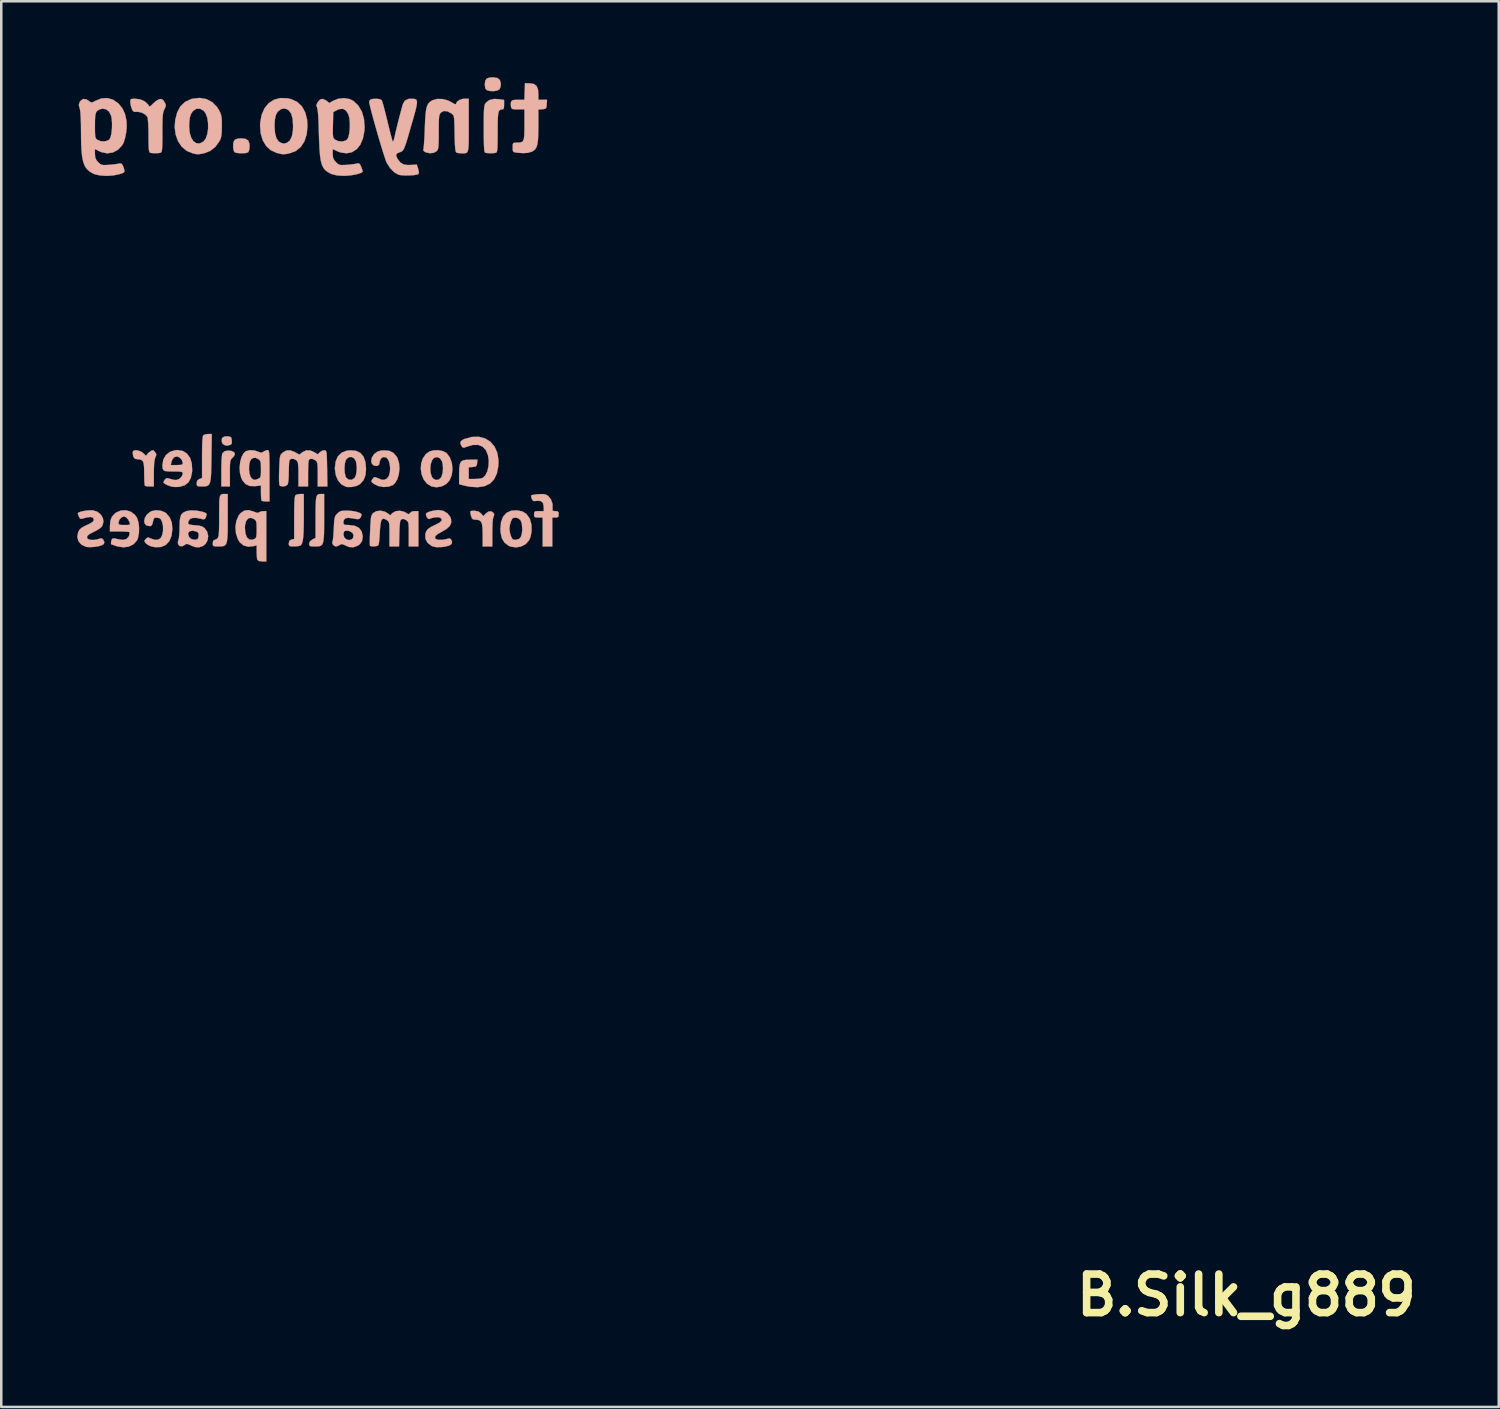
<source format=kicad_pcb>
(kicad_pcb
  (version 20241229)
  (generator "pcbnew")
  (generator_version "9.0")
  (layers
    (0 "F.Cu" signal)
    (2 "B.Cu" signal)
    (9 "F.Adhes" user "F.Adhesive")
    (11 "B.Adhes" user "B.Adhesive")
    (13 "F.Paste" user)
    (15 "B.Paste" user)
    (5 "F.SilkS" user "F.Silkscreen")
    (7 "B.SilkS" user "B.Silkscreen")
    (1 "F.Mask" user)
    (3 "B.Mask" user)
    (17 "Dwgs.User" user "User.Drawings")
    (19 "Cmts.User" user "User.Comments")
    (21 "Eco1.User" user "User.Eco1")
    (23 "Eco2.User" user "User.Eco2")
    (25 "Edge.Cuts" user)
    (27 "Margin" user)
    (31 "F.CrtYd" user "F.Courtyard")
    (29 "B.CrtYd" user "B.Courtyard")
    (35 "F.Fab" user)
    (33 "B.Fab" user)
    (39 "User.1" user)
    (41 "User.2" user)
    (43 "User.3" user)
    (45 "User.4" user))
  (footprint "B.Silk_g889"
    (layer "F.Cu")
    (at 46.21 48.138)
    (property "Reference" "B.Silk_g889" (at 0 0 0) (layer "F.SilkS") (effects (font (size 1.524 1.524) (thickness 0.3))))
    (attr through_hole)
    (fp_poly (pts (xy -40.161 -33.927) (xy -40.115 -33.883) (xy -40.099 -33.783) (xy -40.098 -33.777) (xy -40.098 -33.671) (xy -40.131 -33.618) (xy -40.183 -33.598) (xy -40.266 -33.579) (xy -40.301 -33.576) (xy -40.356 -33.589) (xy -40.397 -33.6) (xy -40.467 -33.656) (xy -40.5 -33.754) (xy -40.489 -33.856) (xy -40.468 -33.891) (xy -40.376 -33.938) (xy -40.263 -33.943) (xy -40.161 -33.927)) (stroke (width 0.01) (type solid)) (fill yes) (layer "B.SilkS"))
    (fp_poly (pts (xy -39.55 -45.7) (xy -39.447 -45.632) (xy -39.401 -45.508) (xy -39.395 -45.402) (xy -39.411 -45.261) (xy -39.447 -45.176) (xy -39.459 -45.166) (xy -39.545 -45.14) (xy -39.676 -45.129) (xy -39.817 -45.133) (xy -39.936 -45.151) (xy -39.997 -45.178) (xy -40.027 -45.248) (xy -40.045 -45.368) (xy -40.047 -45.431) (xy -40.032 -45.579) (xy -39.976 -45.668) (xy -39.866 -45.711) (xy -39.72 -45.72) (xy -39.55 -45.7)) (stroke (width 0.01) (type solid)) (fill yes) (layer "B.SilkS"))
    (fp_poly (pts (xy -29.603 -48.107) (xy -29.504 -48.026) (xy -29.465 -47.888) (xy -29.464 -47.858) (xy -29.483 -47.739) (xy -29.529 -47.65) (xy -29.531 -47.649) (xy -29.621 -47.605) (xy -29.756 -47.586) (xy -29.9 -47.591) (xy -30.017 -47.624) (xy -30.025 -47.628) (xy -30.078 -47.694) (xy -30.098 -47.818) (xy -30.099 -47.858) (xy -30.082 -47.999) (xy -30.024 -48.084) (xy -29.908 -48.124) (xy -29.766 -48.133) (xy -29.603 -48.107)) (stroke (width 0.01) (type solid)) (fill yes) (layer "B.SilkS"))
    (fp_poly (pts (xy -40.109 -33.365) (xy -40.002 -33.311) (xy -39.975 -33.232) (xy -40.029 -33.135) (xy -40.066 -33.099) (xy -40.111 -33.056) (xy -40.142 -33.009) (xy -40.16 -32.942) (xy -40.17 -32.839) (xy -40.174 -32.682) (xy -40.174 -32.483) (xy -40.174 -31.962) (xy -40.513 -31.962) (xy -40.513 -32.578) (xy -40.51 -32.804) (xy -40.503 -33.003) (xy -40.491 -33.16) (xy -40.477 -33.255) (xy -40.472 -33.272) (xy -40.384 -33.352) (xy -40.247 -33.382) (xy -40.109 -33.365)) (stroke (width 0.01) (type solid)) (fill yes) (layer "B.SilkS"))
    (fp_poly (pts (xy -36.449 -30.722) (xy -36.45 -30.384) (xy -36.453 -30.121) (xy -36.463 -29.924) (xy -36.483 -29.783) (xy -36.514 -29.688) (xy -36.561 -29.632) (xy -36.626 -29.603) (xy -36.713 -29.592) (xy -36.811 -29.591) (xy -36.944 -29.594) (xy -37.012 -29.609) (xy -37.038 -29.645) (xy -37.042 -29.696) (xy -37.009 -29.795) (xy -36.915 -29.866) (xy -36.788 -29.932) (xy -36.788 -30.748) (xy -36.787 -31.049) (xy -36.782 -31.276) (xy -36.772 -31.439) (xy -36.753 -31.549) (xy -36.724 -31.616) (xy -36.681 -31.651) (xy -36.621 -31.664) (xy -36.568 -31.665) (xy -36.449 -31.665) (xy -36.449 -30.722)) (stroke (width 0.01) (type solid)) (fill yes) (layer "B.SilkS"))
    (fp_poly (pts (xy -40.902 -33.088) (xy -40.908 -32.75) (xy -40.915 -32.488) (xy -40.929 -32.292) (xy -40.951 -32.151) (xy -40.986 -32.058) (xy -41.035 -32.001) (xy -41.103 -31.973) (xy -41.193 -31.963) (xy -41.282 -31.962) (xy -41.404 -31.965) (xy -41.465 -31.983) (xy -41.485 -32.03) (xy -41.487 -32.09) (xy -41.467 -32.195) (xy -41.393 -32.253) (xy -41.381 -32.258) (xy -41.275 -32.298) (xy -41.275 -33.116) (xy -41.273 -33.436) (xy -41.267 -33.678) (xy -41.256 -33.846) (xy -41.241 -33.948) (xy -41.224 -33.985) (xy -41.149 -34.02) (xy -41.037 -34.036) (xy -41.031 -34.036) (xy -40.889 -34.036) (xy -40.902 -33.088)) (stroke (width 0.01) (type solid)) (fill yes) (layer "B.SilkS"))
    (fp_poly (pts (xy -37.253 -30.779) (xy -37.255 -30.436) (xy -37.262 -30.168) (xy -37.275 -29.965) (xy -37.294 -29.818) (xy -37.322 -29.718) (xy -37.36 -29.653) (xy -37.394 -29.624) (xy -37.464 -29.605) (xy -37.583 -29.593) (xy -37.645 -29.592) (xy -37.766 -29.595) (xy -37.825 -29.613) (xy -37.844 -29.661) (xy -37.846 -29.713) (xy -37.828 -29.81) (xy -37.759 -29.857) (xy -37.74 -29.862) (xy -37.634 -29.889) (xy -37.634 -30.726) (xy -37.632 -31.05) (xy -37.627 -31.294) (xy -37.616 -31.467) (xy -37.601 -31.572) (xy -37.584 -31.615) (xy -37.508 -31.65) (xy -37.396 -31.665) (xy -37.393 -31.665) (xy -37.253 -31.665) (xy -37.253 -30.779)) (stroke (width 0.01) (type solid)) (fill yes) (layer "B.SilkS"))
    (fp_poly (pts (xy -30.49 -31) (xy -30.338 -30.967) (xy -30.245 -30.892) (xy -30.156 -30.789) (xy -30.067 -30.888) (xy -29.955 -30.971) (xy -29.844 -30.979) (xy -29.757 -30.921) (xy -29.724 -30.848) (xy -29.752 -30.773) (xy -29.776 -30.689) (xy -29.793 -30.526) (xy -29.801 -30.293) (xy -29.803 -30.142) (xy -29.803 -29.591) (xy -30.184 -29.591) (xy -30.184 -30.05) (xy -30.189 -30.289) (xy -30.207 -30.456) (xy -30.245 -30.563) (xy -30.309 -30.622) (xy -30.404 -30.647) (xy -30.471 -30.649) (xy -30.561 -30.66) (xy -30.612 -30.708) (xy -30.646 -30.806) (xy -30.669 -30.911) (xy -30.671 -30.977) (xy -30.668 -30.983) (xy -30.616 -30.996) (xy -30.514 -31.001) (xy -30.49 -31)) (stroke (width 0.01) (type solid)) (fill yes) (layer "B.SilkS"))
    (fp_poly (pts (xy -40.259 -30.722) (xy -40.26 -30.384) (xy -40.263 -30.121) (xy -40.273 -29.924) (xy -40.293 -29.783) (xy -40.324 -29.688) (xy -40.371 -29.632) (xy -40.436 -29.603) (xy -40.523 -29.592) (xy -40.621 -29.591) (xy -40.753 -29.593) (xy -40.822 -29.607) (xy -40.848 -29.645) (xy -40.852 -29.718) (xy -40.834 -29.817) (xy -40.791 -29.845) (xy -40.714 -29.873) (xy -40.664 -29.912) (xy -40.641 -29.947) (xy -40.623 -30.007) (xy -40.611 -30.104) (xy -40.603 -30.248) (xy -40.599 -30.451) (xy -40.598 -30.725) (xy -40.598 -30.796) (xy -40.597 -31.088) (xy -40.595 -31.306) (xy -40.586 -31.46) (xy -40.57 -31.563) (xy -40.542 -31.624) (xy -40.5 -31.654) (xy -40.44 -31.664) (xy -40.361 -31.665) (xy -40.259 -31.665) (xy -40.259 -30.722)) (stroke (width 0.01) (type solid)) (fill yes) (layer "B.SilkS"))
    (fp_poly (pts (xy -43.795 -33.381) (xy -43.672 -33.334) (xy -43.575 -33.26) (xy -43.567 -33.251) (xy -43.506 -33.186) (xy -43.471 -33.19) (xy -43.462 -33.208) (xy -43.412 -33.273) (xy -43.325 -33.343) (xy -43.243 -33.391) (xy -43.193 -33.386) (xy -43.136 -33.325) (xy -43.135 -33.324) (xy -43.086 -33.247) (xy -43.09 -33.177) (xy -43.119 -33.114) (xy -43.149 -33.019) (xy -43.169 -32.865) (xy -43.178 -32.641) (xy -43.18 -32.48) (xy -43.18 -31.962) (xy -43.342 -31.962) (xy -43.454 -31.968) (xy -43.526 -31.985) (xy -43.533 -31.99) (xy -43.544 -32.041) (xy -43.554 -32.159) (xy -43.559 -32.323) (xy -43.561 -32.472) (xy -43.564 -32.698) (xy -43.578 -32.853) (xy -43.609 -32.951) (xy -43.664 -33.006) (xy -43.748 -33.03) (xy -43.824 -33.037) (xy -43.924 -33.055) (xy -43.977 -33.116) (xy -44 -33.182) (xy -44.018 -33.309) (xy -43.994 -33.366) (xy -43.913 -33.395) (xy -43.795 -33.381)) (stroke (width 0.01) (type solid)) (fill yes) (layer "B.SilkS"))
    (fp_poly (pts (xy -29.524 -47.267) (xy -29.337 -47.239) (xy -29.337 -47.051) (xy -29.343 -46.931) (xy -29.368 -46.876) (xy -29.413 -46.863) (xy -29.472 -46.857) (xy -29.517 -46.832) (xy -29.549 -46.778) (xy -29.57 -46.684) (xy -29.583 -46.539) (xy -29.589 -46.333) (xy -29.591 -46.056) (xy -29.591 -45.97) (xy -29.592 -45.688) (xy -29.595 -45.48) (xy -29.601 -45.334) (xy -29.612 -45.239) (xy -29.627 -45.184) (xy -29.649 -45.158) (xy -29.658 -45.153) (xy -29.754 -45.136) (xy -29.89 -45.132) (xy -30.019 -45.14) (xy -30.088 -45.155) (xy -30.107 -45.184) (xy -30.121 -45.26) (xy -30.131 -45.39) (xy -30.137 -45.582) (xy -30.141 -45.845) (xy -30.141 -46.099) (xy -30.141 -46.403) (xy -30.139 -46.635) (xy -30.134 -46.805) (xy -30.126 -46.926) (xy -30.113 -47.009) (xy -30.095 -47.066) (xy -30.071 -47.11) (xy -30.056 -47.129) (xy -29.92 -47.235) (xy -29.727 -47.279) (xy -29.524 -47.267)) (stroke (width 0.01) (type solid)) (fill yes) (layer "B.SilkS"))
    (fp_poly (pts (xy -27.706 -31.647) (xy -27.624 -31.606) (xy -27.592 -31.583) (xy -27.483 -31.448) (xy -27.422 -31.273) (xy -27.421 -31.099) (xy -27.426 -31.022) (xy -27.387 -30.992) (xy -27.31 -30.988) (xy -27.218 -30.978) (xy -27.183 -30.933) (xy -27.178 -30.861) (xy -27.188 -30.771) (xy -27.238 -30.738) (xy -27.305 -30.734) (xy -27.432 -30.734) (xy -27.432 -29.591) (xy -27.813 -29.591) (xy -27.813 -30.734) (xy -27.982 -30.734) (xy -28.091 -30.739) (xy -28.139 -30.766) (xy -28.151 -30.834) (xy -28.152 -30.861) (xy -28.146 -30.939) (xy -28.114 -30.976) (xy -28.033 -30.987) (xy -27.961 -30.988) (xy -27.771 -30.988) (xy -27.771 -31.156) (xy -27.798 -31.302) (xy -27.88 -31.383) (xy -28.015 -31.399) (xy -28.069 -31.39) (xy -28.164 -31.382) (xy -28.219 -31.427) (xy -28.243 -31.472) (xy -28.269 -31.56) (xy -28.263 -31.611) (xy -28.208 -31.629) (xy -28.094 -31.646) (xy -27.97 -31.657) (xy -27.811 -31.661) (xy -27.706 -31.647)) (stroke (width 0.01) (type solid)) (fill yes) (layer "B.SilkS"))
    (fp_poly (pts (xy -35.207 -33.375) (xy -35.025 -33.294) (xy -34.896 -33.147) (xy -34.818 -32.935) (xy -34.793 -32.657) (xy -34.816 -32.407) (xy -34.889 -32.215) (xy -35.019 -32.067) (xy -35.052 -32.041) (xy -35.184 -31.979) (xy -35.355 -31.942) (xy -35.521 -31.938) (xy -35.581 -31.949) (xy -35.761 -32.039) (xy -35.9 -32.196) (xy -35.99 -32.407) (xy -36.025 -32.661) (xy -36.026 -32.684) (xy -36.024 -32.698) (xy -35.644 -32.698) (xy -35.637 -32.524) (xy -35.609 -32.378) (xy -35.579 -32.31) (xy -35.48 -32.232) (xy -35.362 -32.225) (xy -35.25 -32.292) (xy -35.244 -32.299) (xy -35.197 -32.397) (xy -35.168 -32.549) (xy -35.162 -32.725) (xy -35.179 -32.894) (xy -35.191 -32.945) (xy -35.256 -33.066) (xy -35.355 -33.126) (xy -35.464 -33.123) (xy -35.561 -33.054) (xy -35.596 -32.996) (xy -35.631 -32.866) (xy -35.644 -32.698) (xy -36.024 -32.698) (xy -35.996 -32.947) (xy -35.908 -33.151) (xy -35.762 -33.294) (xy -35.561 -33.374) (xy -35.443 -33.39) (xy -35.207 -33.375)) (stroke (width 0.01) (type solid)) (fill yes) (layer "B.SilkS"))
    (fp_poly (pts (xy -31.759 -33.36) (xy -31.617 -33.287) (xy -31.603 -33.275) (xy -31.478 -33.104) (xy -31.402 -32.887) (xy -31.377 -32.648) (xy -31.406 -32.412) (xy -31.491 -32.202) (xy -31.494 -32.198) (xy -31.629 -32.054) (xy -31.812 -31.961) (xy -32.015 -31.929) (xy -32.213 -31.966) (xy -32.216 -31.967) (xy -32.389 -32.077) (xy -32.517 -32.241) (xy -32.597 -32.44) (xy -32.629 -32.658) (xy -32.629 -32.668) (xy -32.254 -32.668) (xy -32.24 -32.494) (xy -32.194 -32.347) (xy -32.147 -32.281) (xy -32.036 -32.218) (xy -31.922 -32.232) (xy -31.827 -32.318) (xy -31.815 -32.341) (xy -31.768 -32.492) (xy -31.751 -32.68) (xy -31.767 -32.864) (xy -31.79 -32.951) (xy -31.868 -33.071) (xy -31.975 -33.123) (xy -32.093 -33.097) (xy -32.11 -33.087) (xy -32.187 -32.992) (xy -32.236 -32.843) (xy -32.254 -32.668) (xy -32.629 -32.668) (xy -32.613 -32.876) (xy -32.546 -33.077) (xy -32.427 -33.243) (xy -32.295 -33.34) (xy -32.131 -33.39) (xy -31.942 -33.395) (xy -31.759 -33.36)) (stroke (width 0.01) (type solid)) (fill yes) (layer "B.SilkS"))
    (fp_poly (pts (xy -42.904 -31.004) (xy -42.738 -30.937) (xy -42.685 -30.896) (xy -42.548 -30.732) (xy -42.472 -30.542) (xy -42.448 -30.303) (xy -42.448 -30.281) (xy -42.48 -30.012) (xy -42.568 -29.8) (xy -42.708 -29.652) (xy -42.894 -29.57) (xy -43.12 -29.56) (xy -43.289 -29.594) (xy -43.409 -29.649) (xy -43.497 -29.717) (xy -43.549 -29.784) (xy -43.541 -29.835) (xy -43.499 -29.886) (xy -43.438 -29.94) (xy -43.378 -29.941) (xy -43.304 -29.907) (xy -43.136 -29.851) (xy -42.994 -29.865) (xy -42.912 -29.922) (xy -42.849 -30.042) (xy -42.816 -30.21) (xy -42.818 -30.395) (xy -42.849 -30.544) (xy -42.895 -30.655) (xy -42.953 -30.707) (xy -43.041 -30.726) (xy -43.138 -30.725) (xy -43.184 -30.684) (xy -43.203 -30.62) (xy -43.235 -30.49) (xy -43.266 -30.423) (xy -43.311 -30.398) (xy -43.361 -30.395) (xy -43.479 -30.425) (xy -43.545 -30.502) (xy -43.561 -30.609) (xy -43.53 -30.731) (xy -43.455 -30.85) (xy -43.338 -30.95) (xy -43.265 -30.988) (xy -43.092 -31.023) (xy -42.904 -31.004)) (stroke (width 0.01) (type solid)) (fill yes) (layer "B.SilkS"))
    (fp_poly (pts (xy -28.821 -31.018) (xy -28.607 -30.972) (xy -28.449 -30.87) (xy -28.331 -30.7) (xy -28.312 -30.66) (xy -28.254 -30.444) (xy -28.248 -30.202) (xy -28.292 -29.97) (xy -28.35 -29.835) (xy -28.483 -29.684) (xy -28.663 -29.588) (xy -28.868 -29.554) (xy -29.078 -29.586) (xy -29.157 -29.618) (xy -29.319 -29.739) (xy -29.425 -29.914) (xy -29.477 -30.151) (xy -29.484 -30.288) (xy -29.483 -30.29) (xy -29.125 -30.29) (xy -29.108 -30.143) (xy -29.065 -29.995) (xy -29.063 -29.989) (xy -29.013 -29.891) (xy -28.954 -29.853) (xy -28.863 -29.853) (xy -28.737 -29.893) (xy -28.672 -29.972) (xy -28.64 -30.078) (xy -28.621 -30.223) (xy -28.619 -30.29) (xy -28.636 -30.498) (xy -28.692 -30.636) (xy -28.79 -30.71) (xy -28.863 -30.726) (xy -28.958 -30.725) (xy -29.015 -30.685) (xy -29.063 -30.59) (xy -29.106 -30.444) (xy -29.125 -30.296) (xy -29.125 -30.29) (xy -29.483 -30.29) (xy -29.457 -30.56) (xy -29.374 -30.772) (xy -29.239 -30.921) (xy -29.054 -31.004) (xy -28.822 -31.018) (xy -28.821 -31.018)) (stroke (width 0.01) (type solid)) (fill yes) (layer "B.SilkS"))
    (fp_poly (pts (xy -39.228 -30.967) (xy -39.215 -30.961) (xy -39.104 -30.919) (xy -39.037 -30.927) (xy -39.02 -30.94) (xy -38.944 -30.976) (xy -38.854 -30.988) (xy -38.735 -30.988) (xy -38.735 -28.998) (xy -38.9 -28.998) (xy -39.032 -29.016) (xy -39.09 -29.065) (xy -39.104 -29.142) (xy -39.114 -29.272) (xy -39.116 -29.384) (xy -39.116 -29.635) (xy -39.232 -29.604) (xy -39.453 -29.58) (xy -39.639 -29.633) (xy -39.788 -29.76) (xy -39.86 -29.879) (xy -39.936 -30.114) (xy -39.952 -30.324) (xy -39.581 -30.324) (xy -39.561 -30.108) (xy -39.503 -29.954) (xy -39.412 -29.867) (xy -39.292 -29.854) (xy -39.198 -29.889) (xy -39.156 -29.922) (xy -39.131 -29.981) (xy -39.119 -30.084) (xy -39.116 -30.25) (xy -39.116 -30.269) (xy -39.118 -30.439) (xy -39.128 -30.546) (xy -39.151 -30.611) (xy -39.194 -30.655) (xy -39.22 -30.673) (xy -39.348 -30.723) (xy -39.454 -30.695) (xy -39.532 -30.597) (xy -39.575 -30.433) (xy -39.581 -30.324) (xy -39.952 -30.324) (xy -39.955 -30.363) (xy -39.919 -30.601) (xy -39.831 -30.808) (xy -39.751 -30.91) (xy -39.602 -31.008) (xy -39.429 -31.027) (xy -39.228 -30.967)) (stroke (width 0.01) (type solid)) (fill yes) (layer "B.SilkS"))
    (fp_poly (pts (xy -33.888 -33.375) (xy -33.715 -33.294) (xy -33.583 -33.142) (xy -33.549 -33.078) (xy -33.489 -32.883) (xy -33.473 -32.664) (xy -33.497 -32.444) (xy -33.558 -32.244) (xy -33.652 -32.088) (xy -33.734 -32.015) (xy -33.899 -31.955) (xy -34.097 -31.94) (xy -34.286 -31.973) (xy -34.301 -31.978) (xy -34.446 -32.042) (xy -34.547 -32.109) (xy -34.585 -32.166) (xy -34.585 -32.168) (xy -34.561 -32.219) (xy -34.523 -32.274) (xy -34.478 -32.323) (xy -34.427 -32.33) (xy -34.34 -32.295) (xy -34.317 -32.285) (xy -34.18 -32.23) (xy -34.082 -32.222) (xy -33.99 -32.262) (xy -33.966 -32.278) (xy -33.893 -32.374) (xy -33.851 -32.521) (xy -33.841 -32.693) (xy -33.861 -32.863) (xy -33.909 -33.008) (xy -33.986 -33.1) (xy -33.995 -33.105) (xy -34.106 -33.127) (xy -34.196 -33.075) (xy -34.25 -32.963) (xy -34.256 -32.925) (xy -34.28 -32.822) (xy -34.34 -32.779) (xy -34.366 -32.773) (xy -34.485 -32.788) (xy -34.56 -32.859) (xy -34.589 -32.967) (xy -34.566 -33.094) (xy -34.49 -33.221) (xy -34.46 -33.252) (xy -34.352 -33.334) (xy -34.224 -33.376) (xy -34.111 -33.389) (xy -33.888 -33.375)) (stroke (width 0.01) (type solid)) (fill yes) (layer "B.SilkS"))
    (fp_poly (pts (xy -37.903 -47.304) (xy -37.747 -47.269) (xy -37.512 -47.159) (xy -37.328 -46.985) (xy -37.197 -46.75) (xy -37.123 -46.461) (xy -37.107 -46.207) (xy -37.138 -45.88) (xy -37.227 -45.603) (xy -37.37 -45.383) (xy -37.562 -45.224) (xy -37.8 -45.132) (xy -37.945 -45.103) (xy -38.046 -45.092) (xy -38.141 -45.1) (xy -38.265 -45.13) (xy -38.331 -45.147) (xy -38.559 -45.25) (xy -38.743 -45.419) (xy -38.877 -45.645) (xy -38.959 -45.921) (xy -38.98 -46.209) (xy -38.409 -46.209) (xy -38.391 -45.929) (xy -38.335 -45.725) (xy -38.242 -45.594) (xy -38.172 -45.551) (xy -38.077 -45.518) (xy -38.007 -45.518) (xy -37.919 -45.547) (xy -37.803 -45.636) (xy -37.725 -45.8) (xy -37.683 -46.038) (xy -37.677 -46.213) (xy -37.695 -46.489) (xy -37.751 -46.692) (xy -37.846 -46.826) (xy -37.944 -46.882) (xy -38.07 -46.9) (xy -38.177 -46.86) (xy -38.286 -46.771) (xy -38.358 -46.641) (xy -38.397 -46.455) (xy -38.409 -46.209) (xy -38.98 -46.209) (xy -38.982 -46.238) (xy -38.977 -46.337) (xy -38.92 -46.651) (xy -38.806 -46.911) (xy -38.641 -47.111) (xy -38.431 -47.247) (xy -38.183 -47.313) (xy -37.903 -47.304)) (stroke (width 0.01) (type solid)) (fill yes) (layer "B.SilkS"))
    (fp_poly (pts (xy -31.728 -30.993) (xy -31.571 -30.895) (xy -31.463 -30.753) (xy -31.435 -30.679) (xy -31.425 -30.535) (xy -31.478 -30.409) (xy -31.6 -30.291) (xy -31.798 -30.171) (xy -31.816 -30.163) (xy -31.967 -30.077) (xy -32.048 -30.006) (xy -32.068 -29.951) (xy -32.05 -29.892) (xy -31.982 -29.863) (xy -31.905 -29.853) (xy -31.758 -29.856) (xy -31.62 -29.882) (xy -31.611 -29.885) (xy -31.501 -29.91) (xy -31.437 -29.877) (xy -31.394 -29.778) (xy -31.407 -29.694) (xy -31.501 -29.628) (xy -31.674 -29.582) (xy -31.835 -29.563) (xy -32.022 -29.562) (xy -32.169 -29.598) (xy -32.216 -29.62) (xy -32.366 -29.739) (xy -32.447 -29.896) (xy -32.452 -30.076) (xy -32.417 -30.187) (xy -32.349 -30.277) (xy -32.233 -30.36) (xy -32.052 -30.449) (xy -32.034 -30.457) (xy -31.876 -30.541) (xy -31.802 -30.617) (xy -31.811 -30.685) (xy -31.869 -30.73) (xy -31.962 -30.747) (xy -32.093 -30.737) (xy -32.224 -30.706) (xy -32.293 -30.675) (xy -32.343 -30.685) (xy -32.393 -30.749) (xy -32.424 -30.839) (xy -32.427 -30.874) (xy -32.389 -30.921) (xy -32.288 -30.967) (xy -32.148 -31.004) (xy -31.992 -31.027) (xy -31.907 -31.03) (xy -31.728 -30.993)) (stroke (width 0.01) (type solid)) (fill yes) (layer "B.SilkS"))
    (fp_poly (pts (xy -28.324 -47.896) (xy -28.161 -47.87) (xy -28.055 -47.793) (xy -27.998 -47.657) (xy -27.982 -47.472) (xy -27.982 -47.244) (xy -27.639 -47.244) (xy -27.652 -47.064) (xy -27.665 -46.951) (xy -27.696 -46.897) (xy -27.769 -46.876) (xy -27.824 -46.871) (xy -27.982 -46.858) (xy -27.982 -46.203) (xy -27.986 -45.896) (xy -27.997 -45.661) (xy -28.021 -45.488) (xy -28.059 -45.365) (xy -28.116 -45.279) (xy -28.194 -45.219) (xy -28.255 -45.189) (xy -28.403 -45.148) (xy -28.588 -45.136) (xy -28.83 -45.154) (xy -28.861 -45.158) (xy -28.946 -45.174) (xy -28.986 -45.212) (xy -28.998 -45.297) (xy -28.998 -45.363) (xy -28.995 -45.479) (xy -28.973 -45.533) (xy -28.913 -45.55) (xy -28.847 -45.551) (xy -28.731 -45.554) (xy -28.648 -45.57) (xy -28.592 -45.613) (xy -28.558 -45.693) (xy -28.54 -45.824) (xy -28.534 -46.016) (xy -28.533 -46.251) (xy -28.533 -46.863) (xy -28.786 -46.863) (xy -28.928 -46.866) (xy -29.008 -46.88) (xy -29.047 -46.915) (xy -29.065 -46.966) (xy -29.074 -47.083) (xy -29.063 -47.156) (xy -29.035 -47.206) (xy -28.979 -47.233) (xy -28.873 -47.243) (xy -28.786 -47.244) (xy -28.536 -47.244) (xy -28.512 -47.9) (xy -28.324 -47.896)) (stroke (width 0.01) (type solid)) (fill yes) (layer "B.SilkS"))
    (fp_poly (pts (xy -30.085 -33.86) (xy -29.877 -33.729) (xy -29.714 -33.538) (xy -29.605 -33.293) (xy -29.557 -32.999) (xy -29.563 -32.781) (xy -29.62 -32.48) (xy -29.73 -32.246) (xy -29.894 -32.076) (xy -30.112 -31.972) (xy -30.385 -31.932) (xy -30.671 -31.949) (xy -30.801 -31.973) (xy -30.946 -32.006) (xy -30.956 -32.008) (xy -31.115 -32.05) (xy -31.115 -32.441) (xy -31.11 -32.673) (xy -31.09 -32.833) (xy -31.045 -32.935) (xy -30.965 -32.991) (xy -30.84 -33.015) (xy -30.687 -33.02) (xy -30.39 -33.02) (xy -30.403 -32.882) (xy -30.421 -32.791) (xy -30.467 -32.749) (xy -30.57 -32.732) (xy -30.575 -32.732) (xy -30.734 -32.719) (xy -30.734 -32.258) (xy -30.498 -32.258) (xy -30.351 -32.266) (xy -30.229 -32.285) (xy -30.181 -32.302) (xy -30.078 -32.401) (xy -30 -32.561) (xy -29.954 -32.761) (xy -29.943 -32.981) (xy -29.972 -33.188) (xy -30.055 -33.396) (xy -30.187 -33.535) (xy -30.362 -33.605) (xy -30.576 -33.602) (xy -30.782 -33.542) (xy -30.892 -33.501) (xy -30.954 -33.495) (xy -30.995 -33.524) (xy -31.015 -33.55) (xy -31.069 -33.664) (xy -31.044 -33.753) (xy -30.938 -33.826) (xy -30.914 -33.836) (xy -30.611 -33.919) (xy -30.333 -33.925) (xy -30.085 -33.86)) (stroke (width 0.01) (type solid)) (fill yes) (layer "B.SilkS"))
    (fp_poly (pts (xy -45.579 -31.017) (xy -45.407 -30.96) (xy -45.276 -30.853) (xy -45.194 -30.713) (xy -45.171 -30.558) (xy -45.216 -30.407) (xy -45.245 -30.365) (xy -45.323 -30.298) (xy -45.449 -30.22) (xy -45.556 -30.167) (xy -45.724 -30.08) (xy -45.811 -30.002) (xy -45.819 -29.929) (xy -45.793 -29.892) (xy -45.707 -29.856) (xy -45.574 -29.847) (xy -45.426 -29.868) (xy -45.354 -29.89) (xy -45.26 -29.913) (xy -45.202 -29.885) (xy -45.182 -29.861) (xy -45.132 -29.761) (xy -45.159 -29.689) (xy -45.244 -29.636) (xy -45.371 -29.598) (xy -45.539 -29.573) (xy -45.71 -29.563) (xy -45.846 -29.572) (xy -45.866 -29.577) (xy -46.043 -29.663) (xy -46.158 -29.796) (xy -46.205 -29.961) (xy -46.175 -30.144) (xy -46.168 -30.16) (xy -46.119 -30.251) (xy -46.044 -30.322) (xy -45.923 -30.392) (xy -45.828 -30.437) (xy -45.67 -30.515) (xy -45.582 -30.578) (xy -45.551 -30.636) (xy -45.551 -30.645) (xy -45.584 -30.726) (xy -45.683 -30.756) (xy -45.844 -30.734) (xy -45.898 -30.719) (xy -46.016 -30.686) (xy -46.08 -30.683) (xy -46.116 -30.716) (xy -46.139 -30.763) (xy -46.174 -30.852) (xy -46.186 -30.901) (xy -46.147 -30.936) (xy -46.049 -30.97) (xy -45.913 -30.998) (xy -45.766 -31.017) (xy -45.63 -31.021) (xy -45.579 -31.017)) (stroke (width 0.01) (type solid)) (fill yes) (layer "B.SilkS"))
    (fp_poly (pts (xy -41.101 -47.271) (xy -40.871 -47.15) (xy -40.684 -46.96) (xy -40.617 -46.856) (xy -40.559 -46.744) (xy -40.522 -46.646) (xy -40.502 -46.536) (xy -40.493 -46.39) (xy -40.492 -46.207) (xy -40.495 -45.997) (xy -40.507 -45.847) (xy -40.53 -45.736) (xy -40.57 -45.638) (xy -40.585 -45.61) (xy -40.749 -45.382) (xy -40.959 -45.218) (xy -41.189 -45.132) (xy -41.334 -45.102) (xy -41.433 -45.092) (xy -41.524 -45.1) (xy -41.642 -45.126) (xy -41.879 -45.223) (xy -42.075 -45.387) (xy -42.224 -45.606) (xy -42.319 -45.869) (xy -42.356 -46.167) (xy -42.355 -46.181) (xy -41.783 -46.181) (xy -41.762 -45.938) (xy -41.702 -45.743) (xy -41.612 -45.604) (xy -41.498 -45.527) (xy -41.366 -45.52) (xy -41.224 -45.591) (xy -41.22 -45.594) (xy -41.128 -45.714) (xy -41.066 -45.891) (xy -41.036 -46.101) (xy -41.037 -46.322) (xy -41.068 -46.531) (xy -41.132 -46.705) (xy -41.212 -46.81) (xy -41.355 -46.891) (xy -41.496 -46.89) (xy -41.625 -46.806) (xy -41.632 -46.799) (xy -41.708 -46.691) (xy -41.755 -46.553) (xy -41.778 -46.365) (xy -41.783 -46.181) (xy -42.355 -46.181) (xy -42.335 -46.448) (xy -42.256 -46.752) (xy -42.126 -46.99) (xy -41.944 -47.162) (xy -41.707 -47.272) (xy -41.647 -47.289) (xy -41.363 -47.318) (xy -41.101 -47.271)) (stroke (width 0.01) (type solid)) (fill yes) (layer "B.SilkS"))
    (fp_poly (pts (xy -44.087 -30.963) (xy -43.928 -30.842) (xy -43.846 -30.724) (xy -43.79 -30.555) (xy -43.764 -30.346) (xy -43.768 -30.129) (xy -43.803 -29.937) (xy -43.844 -29.834) (xy -43.98 -29.679) (xy -44.164 -29.586) (xy -44.383 -29.556) (xy -44.625 -29.594) (xy -44.683 -29.613) (xy -44.789 -29.651) (xy -44.854 -29.673) (xy -44.863 -29.675) (xy -44.874 -29.71) (xy -44.867 -29.786) (xy -44.846 -29.861) (xy -44.837 -29.878) (xy -44.798 -29.909) (xy -44.723 -29.908) (xy -44.613 -29.882) (xy -44.413 -29.851) (xy -44.269 -29.88) (xy -44.179 -29.97) (xy -44.161 -30.01) (xy -44.138 -30.104) (xy -44.143 -30.159) (xy -44.143 -30.159) (xy -44.194 -30.17) (xy -44.308 -30.178) (xy -44.466 -30.183) (xy -44.542 -30.184) (xy -44.916 -30.184) (xy -44.915 -30.406) (xy -44.903 -30.537) (xy -44.577 -30.537) (xy -44.57 -30.48) (xy -44.536 -30.451) (xy -44.453 -30.439) (xy -44.341 -30.438) (xy -44.208 -30.44) (xy -44.141 -30.452) (xy -44.124 -30.483) (xy -44.135 -30.533) (xy -44.195 -30.657) (xy -44.28 -30.746) (xy -44.358 -30.776) (xy -44.458 -30.74) (xy -44.54 -30.651) (xy -44.577 -30.542) (xy -44.577 -30.537) (xy -44.903 -30.537) (xy -44.896 -30.618) (xy -44.832 -30.774) (xy -44.713 -30.899) (xy -44.665 -30.934) (xy -44.477 -31.014) (xy -44.277 -31.022) (xy -44.087 -30.963)) (stroke (width 0.01) (type solid)) (fill yes) (layer "B.SilkS"))
    (fp_poly (pts (xy -43.712 -47.258) (xy -43.538 -47.181) (xy -43.414 -47.068) (xy -43.394 -47.036) (xy -43.362 -46.988) (xy -43.327 -46.986) (xy -43.269 -47.036) (xy -43.211 -47.096) (xy -43.103 -47.191) (xy -42.994 -47.256) (xy -42.96 -47.268) (xy -42.874 -47.274) (xy -42.812 -47.231) (xy -42.764 -47.161) (xy -42.715 -47.072) (xy -42.706 -47.006) (xy -42.737 -46.923) (xy -42.762 -46.873) (xy -42.791 -46.807) (xy -42.812 -46.729) (xy -42.826 -46.624) (xy -42.835 -46.48) (xy -42.84 -46.283) (xy -42.841 -46.017) (xy -42.841 -45.948) (xy -42.842 -45.671) (xy -42.845 -45.467) (xy -42.852 -45.325) (xy -42.863 -45.233) (xy -42.879 -45.181) (xy -42.901 -45.156) (xy -42.908 -45.153) (xy -43.005 -45.136) (xy -43.14 -45.132) (xy -43.27 -45.14) (xy -43.339 -45.155) (xy -43.36 -45.189) (xy -43.376 -45.275) (xy -43.386 -45.423) (xy -43.391 -45.64) (xy -43.392 -45.832) (xy -43.394 -46.072) (xy -43.402 -46.282) (xy -43.414 -46.446) (xy -43.428 -46.548) (xy -43.435 -46.569) (xy -43.527 -46.667) (xy -43.667 -46.74) (xy -43.816 -46.77) (xy -43.868 -46.768) (xy -43.958 -46.766) (xy -44.013 -46.809) (xy -44.053 -46.889) (xy -44.094 -47.026) (xy -44.111 -47.157) (xy -44.111 -47.158) (xy -44.106 -47.235) (xy -44.077 -47.273) (xy -44 -47.285) (xy -43.91 -47.286) (xy -43.712 -47.258)) (stroke (width 0.01) (type solid)) (fill yes) (layer "B.SilkS"))
    (fp_poly (pts (xy -42.033 -33.364) (xy -41.867 -33.258) (xy -41.747 -33.09) (xy -41.678 -32.867) (xy -41.665 -32.596) (xy -41.669 -32.542) (xy -41.717 -32.298) (xy -41.814 -32.121) (xy -41.964 -32.006) (xy -42.172 -31.947) (xy -42.185 -31.945) (xy -42.331 -31.94) (xy -42.467 -31.953) (xy -42.481 -31.957) (xy -42.617 -32.002) (xy -42.729 -32.056) (xy -42.792 -32.107) (xy -42.799 -32.124) (xy -42.776 -32.181) (xy -42.742 -32.235) (xy -42.691 -32.285) (xy -42.625 -32.288) (xy -42.545 -32.264) (xy -42.418 -32.23) (xy -42.307 -32.216) (xy -42.306 -32.216) (xy -42.191 -32.25) (xy -42.093 -32.336) (xy -42.04 -32.443) (xy -42.037 -32.47) (xy -42.043 -32.51) (xy -42.074 -32.535) (xy -42.144 -32.548) (xy -42.27 -32.554) (xy -42.413 -32.554) (xy -42.607 -32.557) (xy -42.731 -32.571) (xy -42.801 -32.607) (xy -42.833 -32.672) (xy -42.841 -32.777) (xy -42.841 -32.808) (xy -42.512 -32.808) (xy -42.274 -32.808) (xy -42.137 -32.813) (xy -42.065 -32.829) (xy -42.039 -32.864) (xy -42.037 -32.884) (xy -42.069 -32.999) (xy -42.149 -33.097) (xy -42.249 -33.146) (xy -42.267 -33.147) (xy -42.375 -33.119) (xy -42.448 -33.027) (xy -42.483 -32.925) (xy -42.512 -32.808) (xy -42.841 -32.808) (xy -42.841 -32.813) (xy -42.804 -33.032) (xy -42.699 -33.209) (xy -42.536 -33.334) (xy -42.326 -33.396) (xy -42.24 -33.401) (xy -42.033 -33.364)) (stroke (width 0.01) (type solid)) (fill yes) (layer "B.SilkS"))
    (fp_poly (pts (xy -38.66 -33.396) (xy -38.641 -33.374) (xy -38.628 -33.326) (xy -38.619 -33.241) (xy -38.613 -33.11) (xy -38.61 -32.922) (xy -38.608 -32.668) (xy -38.608 -32.385) (xy -38.608 -31.369) (xy -38.749 -31.369) (xy -38.854 -31.377) (xy -38.917 -31.396) (xy -38.918 -31.397) (xy -38.933 -31.451) (xy -38.943 -31.565) (xy -38.947 -31.712) (xy -38.947 -31.998) (xy -39.176 -31.974) (xy -39.39 -31.981) (xy -39.554 -32.055) (xy -39.677 -32.199) (xy -39.725 -32.301) (xy -39.776 -32.497) (xy -39.784 -32.628) (xy -39.418 -32.628) (xy -39.399 -32.466) (xy -39.356 -32.34) (xy -39.328 -32.3) (xy -39.248 -32.234) (xy -39.175 -32.222) (xy -39.069 -32.258) (xy -39.054 -32.265) (xy -39 -32.295) (xy -38.968 -32.338) (xy -38.952 -32.414) (xy -38.947 -32.543) (xy -38.947 -32.643) (xy -38.949 -32.814) (xy -38.961 -32.921) (xy -38.986 -32.986) (xy -39.03 -33.031) (xy -39.041 -33.039) (xy -39.164 -33.098) (xy -39.27 -33.082) (xy -39.335 -33.035) (xy -39.386 -32.941) (xy -39.414 -32.796) (xy -39.418 -32.628) (xy -39.784 -32.628) (xy -39.789 -32.713) (xy -39.768 -32.929) (xy -39.715 -33.124) (xy -39.634 -33.275) (xy -39.546 -33.355) (xy -39.397 -33.396) (xy -39.221 -33.389) (xy -39.059 -33.338) (xy -38.966 -33.299) (xy -38.899 -33.307) (xy -38.849 -33.338) (xy -38.75 -33.387) (xy -38.683 -33.401) (xy -38.66 -33.396)) (stroke (width 0.01) (type solid)) (fill yes) (layer "B.SilkS"))
    (fp_poly (pts (xy -41.495 -31.008) (xy -41.272 -30.965) (xy -41.197 -30.942) (xy -41.112 -30.904) (xy -41.091 -30.854) (xy -41.114 -30.77) (xy -41.158 -30.682) (xy -41.215 -30.661) (xy -41.249 -30.668) (xy -41.479 -30.717) (xy -41.649 -30.718) (xy -41.753 -30.673) (xy -41.754 -30.672) (xy -41.811 -30.585) (xy -41.825 -30.524) (xy -41.812 -30.481) (xy -41.761 -30.454) (xy -41.655 -30.438) (xy -41.552 -30.43) (xy -41.379 -30.412) (xy -41.263 -30.377) (xy -41.177 -30.318) (xy -41.171 -30.313) (xy -41.071 -30.17) (xy -41.033 -30.003) (xy -41.054 -29.837) (xy -41.132 -29.693) (xy -41.237 -29.61) (xy -41.395 -29.556) (xy -41.554 -29.567) (xy -41.718 -29.633) (xy -41.826 -29.682) (xy -41.892 -29.691) (xy -41.944 -29.662) (xy -41.953 -29.654) (xy -42.059 -29.597) (xy -42.155 -29.607) (xy -42.219 -29.669) (xy -42.231 -29.77) (xy -42.213 -29.827) (xy -42.191 -29.915) (xy -42.175 -30.063) (xy -42.173 -30.091) (xy -41.825 -30.091) (xy -41.788 -29.964) (xy -41.691 -29.878) (xy -41.557 -29.853) (xy -41.552 -29.854) (xy -41.461 -29.875) (xy -41.421 -29.933) (xy -41.41 -30.004) (xy -41.412 -30.105) (xy -41.459 -30.161) (xy -41.514 -30.186) (xy -41.652 -30.214) (xy -41.761 -30.193) (xy -41.82 -30.127) (xy -41.825 -30.091) (xy -42.173 -30.091) (xy -42.165 -30.245) (xy -42.164 -30.346) (xy -42.158 -30.579) (xy -42.137 -30.743) (xy -42.093 -30.855) (xy -42.019 -30.929) (xy -41.909 -30.981) (xy -41.884 -30.99) (xy -41.71 -31.017) (xy -41.495 -31.008)) (stroke (width 0.01) (type solid)) (fill yes) (layer "B.SilkS"))
    (fp_poly (pts (xy -34.054 -30.967) (xy -33.954 -30.912) (xy -33.837 -30.825) (xy -33.745 -30.916) (xy -33.621 -30.986) (xy -33.461 -31.002) (xy -33.294 -30.965) (xy -33.213 -30.922) (xy -33.131 -30.874) (xy -33.087 -30.874) (xy -33.056 -30.917) (xy -32.978 -30.973) (xy -32.87 -30.988) (xy -32.724 -30.988) (xy -32.724 -29.591) (xy -33.105 -29.591) (xy -33.105 -30.077) (xy -33.105 -30.286) (xy -33.11 -30.427) (xy -33.121 -30.517) (xy -33.143 -30.572) (xy -33.178 -30.609) (xy -33.215 -30.635) (xy -33.315 -30.681) (xy -33.394 -30.664) (xy -33.395 -30.663) (xy -33.425 -30.63) (xy -33.447 -30.566) (xy -33.461 -30.457) (xy -33.471 -30.29) (xy -33.476 -30.105) (xy -33.488 -29.591) (xy -33.867 -29.591) (xy -33.867 -30.077) (xy -33.867 -30.286) (xy -33.872 -30.427) (xy -33.883 -30.517) (xy -33.905 -30.572) (xy -33.94 -30.609) (xy -33.977 -30.635) (xy -34.07 -30.683) (xy -34.138 -30.683) (xy -34.186 -30.626) (xy -34.218 -30.506) (xy -34.239 -30.313) (xy -34.248 -30.158) (xy -34.259 -29.965) (xy -34.274 -29.801) (xy -34.291 -29.687) (xy -34.303 -29.644) (xy -34.362 -29.611) (xy -34.461 -29.593) (xy -34.563 -29.593) (xy -34.632 -29.614) (xy -34.64 -29.623) (xy -34.644 -29.675) (xy -34.644 -29.794) (xy -34.641 -29.966) (xy -34.634 -30.173) (xy -34.631 -30.235) (xy -34.621 -30.471) (xy -34.609 -30.637) (xy -34.594 -30.75) (xy -34.573 -30.825) (xy -34.543 -30.877) (xy -34.512 -30.912) (xy -34.384 -30.985) (xy -34.221 -31.004) (xy -34.054 -30.967)) (stroke (width 0.01) (type solid)) (fill yes) (layer "B.SilkS"))
    (fp_poly (pts (xy -35.357 -30.995) (xy -35.186 -30.965) (xy -35.054 -30.922) (xy -34.978 -30.872) (xy -34.967 -30.845) (xy -34.991 -30.77) (xy -35.02 -30.721) (xy -35.06 -30.682) (xy -35.117 -30.669) (xy -35.217 -30.68) (xy -35.313 -30.699) (xy -35.496 -30.723) (xy -35.613 -30.701) (xy -35.674 -30.63) (xy -35.687 -30.538) (xy -35.679 -30.478) (xy -35.642 -30.448) (xy -35.553 -30.438) (xy -35.477 -30.438) (xy -35.243 -30.41) (xy -35.073 -30.327) (xy -34.967 -30.189) (xy -34.925 -29.998) (xy -34.925 -29.971) (xy -34.954 -29.796) (xy -35.048 -29.67) (xy -35.136 -29.613) (xy -35.303 -29.556) (xy -35.465 -29.569) (xy -35.605 -29.629) (xy -35.709 -29.677) (xy -35.776 -29.682) (xy -35.834 -29.65) (xy -35.93 -29.602) (xy -35.99 -29.591) (xy -36.06 -29.62) (xy -36.115 -29.686) (xy -36.132 -29.754) (xy -36.119 -29.779) (xy -36.106 -29.831) (xy -36.091 -29.95) (xy -36.083 -30.056) (xy -35.687 -30.056) (xy -35.654 -29.947) (xy -35.574 -29.873) (xy -35.47 -29.842) (xy -35.37 -29.864) (xy -35.306 -29.93) (xy -35.286 -30.041) (xy -35.339 -30.137) (xy -35.455 -30.2) (xy -35.474 -30.205) (xy -35.599 -30.216) (xy -35.666 -30.174) (xy -35.687 -30.069) (xy -35.687 -30.056) (xy -36.083 -30.056) (xy -36.078 -30.116) (xy -36.068 -30.292) (xy -36.058 -30.502) (xy -36.046 -30.646) (xy -36.028 -30.742) (xy -36 -30.808) (xy -35.957 -30.863) (xy -35.929 -30.892) (xy -35.853 -30.958) (xy -35.772 -30.993) (xy -35.658 -31.006) (xy -35.548 -31.007) (xy -35.357 -30.995)) (stroke (width 0.01) (type solid)) (fill yes) (layer "B.SilkS"))
    (fp_poly (pts (xy -36.402 -33.385) (xy -36.377 -33.365) (xy -36.36 -33.32) (xy -36.348 -33.238) (xy -36.341 -33.106) (xy -36.336 -32.914) (xy -36.332 -32.671) (xy -36.32 -31.962) (xy -36.703 -31.962) (xy -36.703 -32.446) (xy -36.704 -32.656) (xy -36.709 -32.799) (xy -36.721 -32.889) (xy -36.743 -32.945) (xy -36.778 -32.982) (xy -36.797 -32.996) (xy -36.917 -33.054) (xy -37.012 -33.049) (xy -37.058 -32.995) (xy -37.069 -32.928) (xy -37.077 -32.796) (xy -37.082 -32.619) (xy -37.084 -32.445) (xy -37.084 -31.962) (xy -37.465 -31.962) (xy -37.465 -32.442) (xy -37.467 -32.657) (xy -37.474 -32.803) (xy -37.488 -32.898) (xy -37.512 -32.957) (xy -37.542 -32.992) (xy -37.644 -33.05) (xy -37.744 -33.056) (xy -37.813 -33.01) (xy -37.82 -32.995) (xy -37.832 -32.925) (xy -37.84 -32.793) (xy -37.845 -32.622) (xy -37.846 -32.527) (xy -37.85 -32.342) (xy -37.862 -32.183) (xy -37.88 -32.073) (xy -37.89 -32.044) (xy -37.963 -31.984) (xy -38.074 -31.961) (xy -38.181 -31.98) (xy -38.206 -31.994) (xy -38.223 -32.05) (xy -38.232 -32.183) (xy -38.233 -32.384) (xy -38.227 -32.611) (xy -38.218 -32.844) (xy -38.209 -33.008) (xy -38.196 -33.119) (xy -38.177 -33.191) (xy -38.148 -33.241) (xy -38.105 -33.283) (xy -38.087 -33.299) (xy -37.947 -33.382) (xy -37.795 -33.391) (xy -37.618 -33.326) (xy -37.591 -33.311) (xy -37.43 -33.22) (xy -37.315 -33.311) (xy -37.159 -33.389) (xy -36.992 -33.384) (xy -36.84 -33.317) (xy -36.702 -33.232) (xy -36.615 -33.319) (xy -36.52 -33.38) (xy -36.436 -33.393) (xy -36.402 -33.385)) (stroke (width 0.01) (type solid)) (fill yes) (layer "B.SilkS"))
    (fp_poly (pts (xy -30.734 -46.233) (xy -30.734 -45.898) (xy -30.735 -45.639) (xy -30.74 -45.445) (xy -30.752 -45.307) (xy -30.772 -45.216) (xy -30.803 -45.162) (xy -30.849 -45.136) (xy -30.91 -45.127) (xy -30.991 -45.128) (xy -31.023 -45.128) (xy -31.141 -45.137) (xy -31.224 -45.158) (xy -31.23 -45.162) (xy -31.252 -45.206) (xy -31.269 -45.314) (xy -31.282 -45.491) (xy -31.291 -45.744) (xy -31.294 -45.908) (xy -31.298 -46.169) (xy -31.304 -46.358) (xy -31.312 -46.49) (xy -31.324 -46.576) (xy -31.344 -46.63) (xy -31.371 -46.666) (xy -31.41 -46.697) (xy -31.411 -46.698) (xy -31.579 -46.789) (xy -31.722 -46.801) (xy -31.831 -46.74) (xy -31.864 -46.701) (xy -31.888 -46.653) (xy -31.904 -46.581) (xy -31.913 -46.471) (xy -31.918 -46.31) (xy -31.919 -46.084) (xy -31.919 -45.974) (xy -31.92 -45.718) (xy -31.924 -45.532) (xy -31.931 -45.404) (xy -31.944 -45.319) (xy -31.965 -45.263) (xy -31.994 -45.223) (xy -32.004 -45.212) (xy -32.123 -45.147) (xy -32.28 -45.133) (xy -32.442 -45.171) (xy -32.461 -45.18) (xy -32.53 -45.237) (xy -32.527 -45.293) (xy -32.516 -45.356) (xy -32.503 -45.488) (xy -32.491 -45.675) (xy -32.479 -45.901) (xy -32.471 -46.122) (xy -32.458 -46.439) (xy -32.441 -46.683) (xy -32.417 -46.866) (xy -32.381 -46.999) (xy -32.332 -47.095) (xy -32.265 -47.165) (xy -32.177 -47.221) (xy -32.166 -47.227) (xy -31.986 -47.278) (xy -31.775 -47.274) (xy -31.562 -47.22) (xy -31.414 -47.145) (xy -31.316 -47.088) (xy -31.254 -47.066) (xy -31.242 -47.074) (xy -31.204 -47.161) (xy -31.107 -47.235) (xy -30.975 -47.28) (xy -30.903 -47.286) (xy -30.734 -47.286) (xy -30.734 -46.233)) (stroke (width 0.01) (type solid)) (fill yes) (layer "B.SilkS"))
    (fp_poly (pts (xy -32.924 -47.284) (xy -32.85 -47.272) (xy -32.802 -47.241) (xy -32.78 -47.179) (xy -32.784 -47.079) (xy -32.812 -46.93) (xy -32.865 -46.724) (xy -32.942 -46.449) (xy -32.982 -46.313) (xy -33.075 -45.988) (xy -33.149 -45.734) (xy -33.208 -45.543) (xy -33.256 -45.405) (xy -33.296 -45.31) (xy -33.334 -45.248) (xy -33.372 -45.21) (xy -33.416 -45.187) (xy -33.469 -45.168) (xy -33.469 -45.168) (xy -33.57 -45.123) (xy -33.606 -45.065) (xy -33.58 -44.975) (xy -33.53 -44.887) (xy -33.431 -44.761) (xy -33.311 -44.69) (xy -33.147 -44.666) (xy -33.027 -44.669) (xy -32.788 -44.683) (xy -32.733 -44.517) (xy -32.703 -44.382) (xy -32.72 -44.31) (xy -32.786 -44.285) (xy -32.911 -44.266) (xy -33.07 -44.256) (xy -33.238 -44.253) (xy -33.389 -44.261) (xy -33.497 -44.278) (xy -33.502 -44.28) (xy -33.672 -44.373) (xy -33.834 -44.535) (xy -33.973 -44.749) (xy -33.978 -44.759) (xy -34.013 -44.845) (xy -34.064 -44.996) (xy -34.129 -45.2) (xy -34.203 -45.442) (xy -34.283 -45.71) (xy -34.364 -45.99) (xy -34.443 -46.268) (xy -34.516 -46.532) (xy -34.58 -46.767) (xy -34.629 -46.96) (xy -34.66 -47.099) (xy -34.671 -47.165) (xy -34.637 -47.239) (xy -34.604 -47.261) (xy -34.495 -47.283) (xy -34.365 -47.285) (xy -34.247 -47.268) (xy -34.177 -47.235) (xy -34.176 -47.233) (xy -34.153 -47.177) (xy -34.116 -47.052) (xy -34.067 -46.873) (xy -34.011 -46.653) (xy -33.954 -46.419) (xy -33.894 -46.173) (xy -33.839 -45.954) (xy -33.793 -45.776) (xy -33.759 -45.653) (xy -33.741 -45.599) (xy -33.717 -45.604) (xy -33.688 -45.683) (xy -33.658 -45.811) (xy -33.627 -45.953) (xy -33.579 -46.152) (xy -33.522 -46.385) (xy -33.46 -46.625) (xy -33.4 -46.85) (xy -33.348 -47.035) (xy -33.333 -47.085) (xy -33.256 -47.211) (xy -33.121 -47.277) (xy -33.025 -47.286) (xy -32.924 -47.284)) (stroke (width 0.01) (type solid)) (fill yes) (layer "B.SilkS"))
    (fp_poly (pts (xy -35.439 -47.272) (xy -35.295 -47.203) (xy -35.101 -47.02) (xy -34.959 -46.778) (xy -34.874 -46.488) (xy -34.849 -46.162) (xy -34.857 -46.018) (xy -34.915 -45.714) (xy -35.021 -45.468) (xy -35.168 -45.286) (xy -35.352 -45.171) (xy -35.565 -45.129) (xy -35.802 -45.162) (xy -35.93 -45.211) (xy -36.11 -45.293) (xy -36.11 -45.101) (xy -36.098 -44.959) (xy -36.048 -44.855) (xy -35.981 -44.78) (xy -35.91 -44.713) (xy -35.846 -44.677) (xy -35.764 -44.664) (xy -35.637 -44.668) (xy -35.547 -44.674) (xy -35.381 -44.69) (xy -35.238 -44.709) (xy -35.148 -44.727) (xy -35.147 -44.727) (xy -35.079 -44.734) (xy -35.03 -44.691) (xy -34.988 -44.604) (xy -34.947 -44.496) (xy -34.926 -44.42) (xy -34.925 -44.411) (xy -34.964 -44.368) (xy -35.069 -44.326) (xy -35.22 -44.288) (xy -35.4 -44.258) (xy -35.588 -44.242) (xy -35.684 -44.239) (xy -35.943 -44.255) (xy -36.138 -44.303) (xy -36.174 -44.318) (xy -36.298 -44.383) (xy -36.398 -44.457) (xy -36.477 -44.55) (xy -36.536 -44.672) (xy -36.581 -44.833) (xy -36.612 -45.043) (xy -36.634 -45.311) (xy -36.649 -45.648) (xy -36.657 -45.915) (xy -36.661 -46.035) (xy -36.105 -46.035) (xy -36.104 -45.888) (xy -36.096 -45.794) (xy -36.078 -45.734) (xy -36.047 -45.695) (xy -36.017 -45.669) (xy -35.881 -45.607) (xy -35.728 -45.597) (xy -35.591 -45.638) (xy -35.535 -45.682) (xy -35.487 -45.78) (xy -35.453 -45.938) (xy -35.436 -46.129) (xy -35.435 -46.329) (xy -35.452 -46.514) (xy -35.488 -46.659) (xy -35.49 -46.664) (xy -35.584 -46.815) (xy -35.704 -46.886) (xy -35.85 -46.876) (xy -35.935 -46.84) (xy -36.089 -46.757) (xy -36.101 -46.25) (xy -36.105 -46.035) (xy -36.661 -46.035) (xy -36.668 -46.281) (xy -36.681 -46.566) (xy -36.697 -46.771) (xy -36.715 -46.9) (xy -36.733 -46.954) (xy -36.759 -47.013) (xy -36.735 -47.092) (xy -36.702 -47.151) (xy -36.61 -47.256) (xy -36.505 -47.28) (xy -36.381 -47.223) (xy -36.352 -47.201) (xy -36.244 -47.116) (xy -36.083 -47.211) (xy -35.88 -47.289) (xy -35.655 -47.31) (xy -35.439 -47.272)) (stroke (width 0.01) (type solid)) (fill yes) (layer "B.SilkS"))
    (fp_poly (pts (xy -44.794 -47.25) (xy -44.59 -47.108) (xy -44.567 -47.086) (xy -44.417 -46.897) (xy -44.319 -46.682) (xy -44.261 -46.415) (xy -44.26 -46.408) (xy -44.251 -46.203) (xy -44.27 -45.972) (xy -44.312 -45.747) (xy -44.372 -45.556) (xy -44.423 -45.457) (xy -44.592 -45.273) (xy -44.795 -45.162) (xy -45.019 -45.128) (xy -45.252 -45.174) (xy -45.341 -45.213) (xy -45.508 -45.298) (xy -45.508 -45.104) (xy -45.496 -44.962) (xy -45.449 -44.859) (xy -45.379 -44.78) (xy -45.308 -44.713) (xy -45.244 -44.677) (xy -45.162 -44.664) (xy -45.035 -44.668) (xy -44.945 -44.674) (xy -44.78 -44.69) (xy -44.638 -44.708) (xy -44.55 -44.726) (xy -44.549 -44.726) (xy -44.471 -44.727) (xy -44.412 -44.667) (xy -44.363 -44.535) (xy -44.35 -44.483) (xy -44.34 -44.416) (xy -44.363 -44.372) (xy -44.436 -44.337) (xy -44.542 -44.304) (xy -44.788 -44.253) (xy -45.052 -44.237) (xy -45.305 -44.253) (xy -45.519 -44.303) (xy -45.592 -44.334) (xy -45.724 -44.413) (xy -45.829 -44.509) (xy -45.911 -44.631) (xy -45.971 -44.789) (xy -46.013 -44.992) (xy -46.04 -45.251) (xy -46.054 -45.574) (xy -46.058 -45.961) (xy -46.06 -46.227) (xy -45.508 -46.227) (xy -45.507 -46.014) (xy -45.502 -45.869) (xy -45.491 -45.776) (xy -45.47 -45.719) (xy -45.437 -45.682) (xy -45.413 -45.664) (xy -45.274 -45.606) (xy -45.12 -45.599) (xy -44.985 -45.641) (xy -44.933 -45.682) (xy -44.887 -45.777) (xy -44.854 -45.931) (xy -44.835 -46.12) (xy -44.832 -46.318) (xy -44.846 -46.502) (xy -44.87 -46.616) (xy -44.949 -46.773) (xy -45.065 -46.869) (xy -45.205 -46.892) (xy -45.243 -46.886) (xy -45.349 -46.853) (xy -45.422 -46.806) (xy -45.469 -46.731) (xy -45.495 -46.613) (xy -45.506 -46.437) (xy -45.508 -46.227) (xy -46.06 -46.227) (xy -46.061 -46.291) (xy -46.07 -46.558) (xy -46.083 -46.753) (xy -46.101 -46.872) (xy -46.108 -46.892) (xy -46.145 -47.034) (xy -46.117 -47.147) (xy -46.069 -47.212) (xy -45.969 -47.278) (xy -45.852 -47.264) (xy -45.75 -47.201) (xy -45.676 -47.148) (xy -45.619 -47.139) (xy -45.542 -47.174) (xy -45.501 -47.198) (xy -45.26 -47.296) (xy -45.02 -47.313) (xy -44.794 -47.25)) (stroke (width 0.01) (type solid)) (fill yes) (layer "B.SilkS")))
  (gr_rect
    (start -3 -3)
    (end 56.184 52.556)
    (stroke (width 0.1) (type default))
    (fill no)
    (layer "Edge.Cuts")))
</source>
